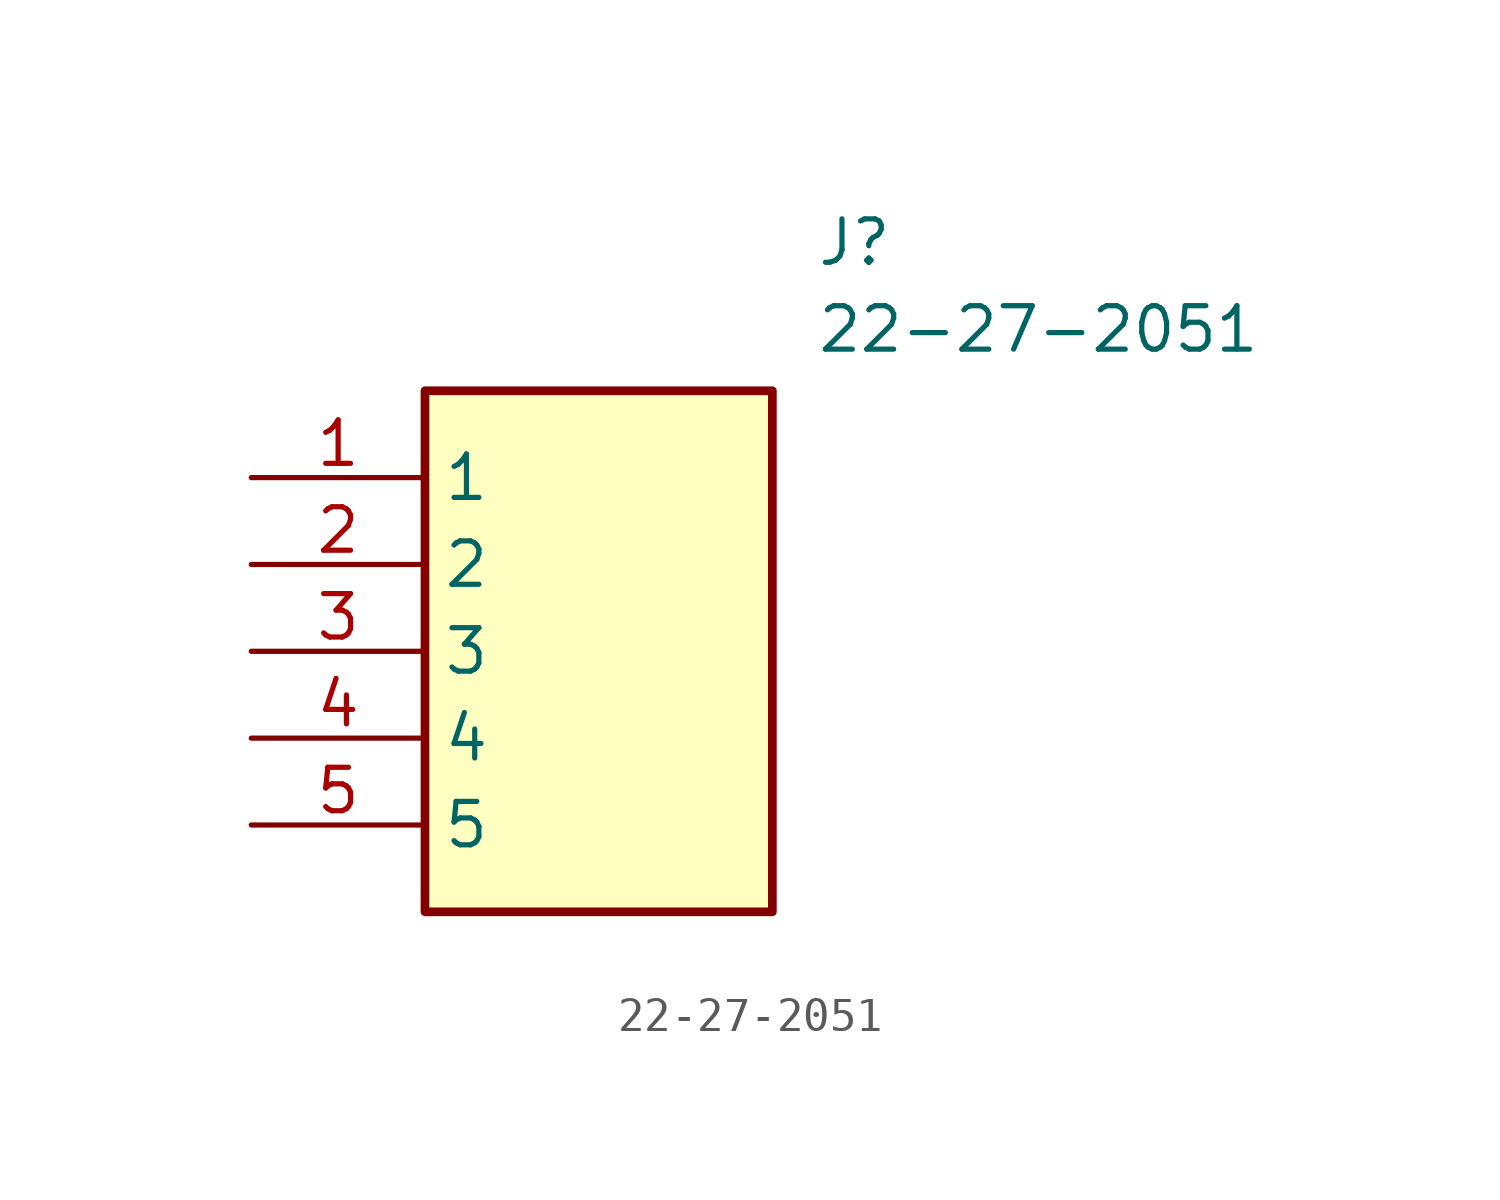
<source format=kicad_sym>
(kicad_symbol_lib
  (version 20211014)
  (generator SamacSys_ECAD_Model)
  (symbol "22-27-2051"
    (property "Reference" "J"
      (at 16.51 7.62 0)
      (effects (font (size 1.27 1.27)) (justify left top)))
    (property "Value" "22-27-2051"
      (at 16.51 5.08 0)
      (effects (font (size 1.27 1.27)) (justify left top)))
    (rectangle
      (start 5.08 2.54)
      (end 15.24 -12.7)
      (stroke (width 0.254) (type default))
      (fill (type background)))
    (pin passive line
      (at 0 0 0)
      (length 5.08)
      (name "1" (effects (font (size 1.27 1.27))))
      (number "1" (effects (font (size 1.27 1.27)))))
    (pin passive line
      (at 0 -2.54 0)
      (length 5.08)
      (name "2" (effects (font (size 1.27 1.27))))
      (number "2" (effects (font (size 1.27 1.27)))))
    (pin passive line
      (at 0 -5.08 0)
      (length 5.08)
      (name "3" (effects (font (size 1.27 1.27))))
      (number "3" (effects (font (size 1.27 1.27)))))
    (pin passive line
      (at 0 -7.62 0)
      (length 5.08)
      (name "4" (effects (font (size 1.27 1.27))))
      (number "4" (effects (font (size 1.27 1.27)))))
    (pin passive line
      (at 0 -10.16 0)
      (length 5.08)
      (name "5" (effects (font (size 1.27 1.27))))
      (number "5" (effects (font (size 1.27 1.27)))))))
</source>
